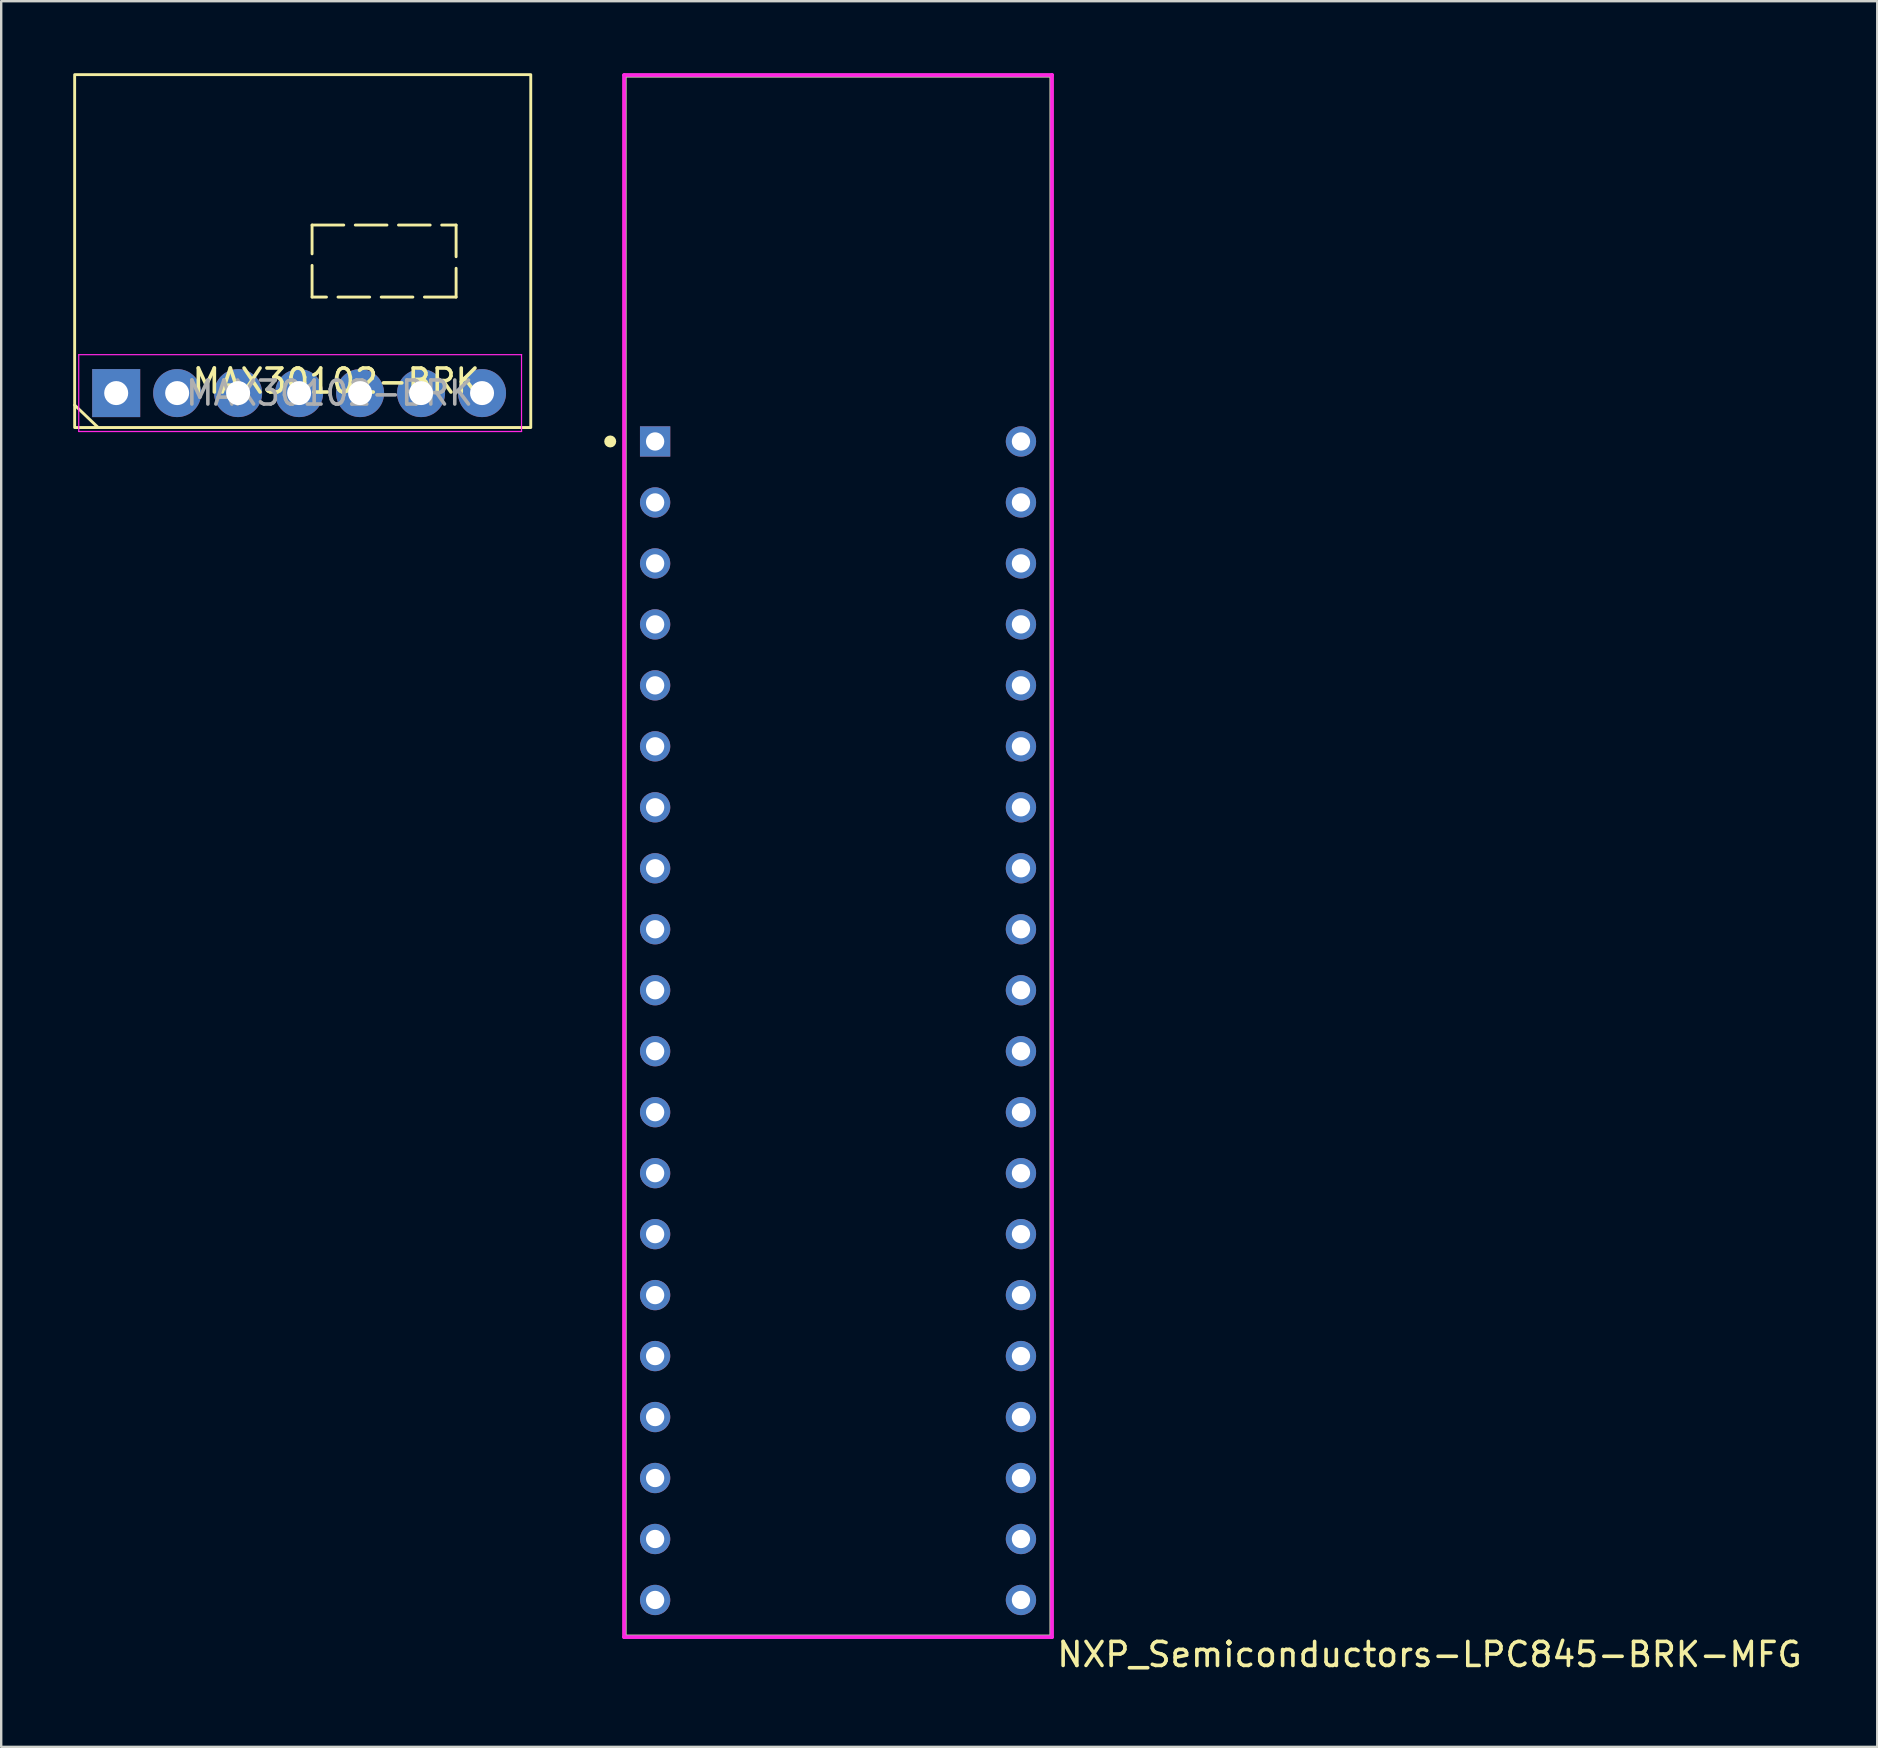
<source format=kicad_pcb>
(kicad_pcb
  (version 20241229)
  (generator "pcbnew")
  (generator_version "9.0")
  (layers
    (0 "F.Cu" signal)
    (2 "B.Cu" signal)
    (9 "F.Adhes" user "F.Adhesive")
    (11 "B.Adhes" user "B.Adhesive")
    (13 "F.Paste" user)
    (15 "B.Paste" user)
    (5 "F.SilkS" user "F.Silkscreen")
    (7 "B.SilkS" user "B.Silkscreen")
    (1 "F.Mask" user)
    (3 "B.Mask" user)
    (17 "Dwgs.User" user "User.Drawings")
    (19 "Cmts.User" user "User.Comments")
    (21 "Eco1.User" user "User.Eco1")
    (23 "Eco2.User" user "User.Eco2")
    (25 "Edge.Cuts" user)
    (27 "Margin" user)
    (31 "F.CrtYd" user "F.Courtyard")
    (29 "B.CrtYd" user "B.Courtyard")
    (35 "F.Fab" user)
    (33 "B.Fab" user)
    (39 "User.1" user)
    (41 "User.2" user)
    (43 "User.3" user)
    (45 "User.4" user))
  (footprint "MAX30102-BRK"
    (layer "F.Cu")
    (at 9.56 13.76)
    (property "Reference" "MAX30102-BRK" (at 1.39 -0.935 0) (layer "F.SilkS") (effects (font (size 1 1) (thickness 0.15))))
    (attr through_hole)
    (fp_line (start -8.519 1.002) (end -9.5 0.065) (stroke (width 0.12) (type default)) (layer "F.SilkS"))
    (fp_rect (start -9.5 -13.7) (end 9.5 1) (stroke (width 0.12) (type default)) (fill no) (layer "F.SilkS"))
    (fp_rect (start 0.39 -7.435) (end 6.39 -4.435) (stroke (width 0.12) (type dash)) (fill no) (layer "F.SilkS"))
    (fp_line (start -9.33 -2.035) (end 9.12 -2.035) (stroke (width 0.05) (type default)) (layer "F.CrtYd"))
    (fp_line (start -9.33 1.165) (end -9.33 -2.035) (stroke (width 0.05) (type default)) (layer "F.CrtYd"))
    (fp_line (start 9.115 -2.04) (end 9.115 1.16) (stroke (width 0.05) (type default)) (layer "F.CrtYd"))
    (fp_line (start 9.12 1.165) (end -9.33 1.165) (stroke (width 0.05) (type default)) (layer "F.CrtYd"))
    (fp_text user "${REFERENCE}" (at 1.12 -0.435 0) (layer "F.Fab") (effects (font (size 1 1) (thickness 0.15))))
    (pad "1" thru_hole rect (at -7.77 -0.435) (size 2 2) (drill 1) (layers "*.Cu" "*.Mask"))
    (pad "2" thru_hole oval (at -5.23 -0.435) (size 2 2) (drill 1) (layers "*.Cu" "*.Mask"))
    (pad "3" thru_hole oval (at -2.69 -0.435) (size 2 2) (drill 1) (layers "*.Cu" "*.Mask"))
    (pad "4" thru_hole oval (at -0.15 -0.435) (size 2 2) (drill 1) (layers "*.Cu" "*.Mask"))
    (pad "5" thru_hole oval (at 2.39 -0.435) (size 2 2) (drill 1) (layers "*.Cu" "*.Mask"))
    (pad "6" thru_hole oval (at 4.93 -0.435) (size 2 2) (drill 1) (layers "*.Cu" "*.Mask"))
    (pad "7" thru_hole oval (at 7.47 -0.435) (size 2 2) (drill 1) (layers "*.Cu" "*.Mask")))
  (footprint "NXP_Semiconductors-LPC845-BRK-MFG"
    (layer "F.Cu")
    (at 31.86 32.485)
    (property "Reference" "NXP_Semiconductors-LPC845-BRK-MFG" (at 9.04 33.387 180) (layer "F.SilkS") (effects (font (size 1 1) (thickness 0.15)) (justify left)))
    (attr through_hole)
    (fp_line (start -8.89 -32.385) (end 8.89 -32.385) (stroke (width 0.15) (type solid)) (layer "F.SilkS"))
    (fp_line (start -8.89 32.639) (end -8.89 -32.385) (stroke (width 0.15) (type solid)) (layer "F.SilkS"))
    (fp_line (start -8.89 32.639) (end 8.89 32.639) (stroke (width 0.15) (type solid)) (layer "F.SilkS"))
    (fp_line (start 8.89 32.639) (end 8.89 -32.385) (stroke (width 0.15) (type solid)) (layer "F.SilkS"))
    (fp_circle (center -9.49 -17.145) (end -9.365 -17.145) (stroke (width 0.25) (type solid)) (fill no) (layer "F.SilkS"))
    (fp_line (start -8.915 -32.41) (end -8.915 32.664) (stroke (width 0.15) (type solid)) (layer "F.CrtYd"))
    (fp_line (start -8.915 32.664) (end 8.915 32.664) (stroke (width 0.15) (type solid)) (layer "F.CrtYd"))
    (fp_line (start 8.915 -32.41) (end -8.915 -32.41) (stroke (width 0.15) (type solid)) (layer "F.CrtYd"))
    (fp_line (start 8.915 -32.41) (end 8.915 -32.41) (stroke (width 0.15) (type solid)) (layer "F.CrtYd"))
    (fp_line (start 8.915 32.664) (end 8.915 -32.41) (stroke (width 0.15) (type solid)) (layer "F.CrtYd"))
    (fp_line (start -8.89 -32.385) (end 8.89 -32.385) (stroke (width 0.15) (type solid)) (layer "F.Fab"))
    (fp_line (start -8.89 32.639) (end -8.89 -32.385) (stroke (width 0.15) (type solid)) (layer "F.Fab"))
    (fp_line (start 8.89 -32.385) (end 8.89 32.639) (stroke (width 0.15) (type solid)) (layer "F.Fab"))
    (fp_line (start 8.89 32.639) (end -8.89 32.639) (stroke (width 0.15) (type solid)) (layer "F.Fab"))
    (pad "1" thru_hole rect (at -7.62 -17.145) (size 1.262 1.262) (drill 0.762) (layers "*.Cu"))
    (pad "2" thru_hole circle (at -7.62 -14.605) (size 1.262 1.262) (drill 0.762) (layers "*.Cu"))
    (pad "3" thru_hole circle (at -7.62 -12.065) (size 1.262 1.262) (drill 0.762) (layers "*.Cu"))
    (pad "4" thru_hole circle (at -7.62 -9.525) (size 1.262 1.262) (drill 0.762) (layers "*.Cu"))
    (pad "5" thru_hole circle (at -7.62 -6.985) (size 1.262 1.262) (drill 0.762) (layers "*.Cu"))
    (pad "6" thru_hole circle (at -7.62 -4.445) (size 1.262 1.262) (drill 0.762) (layers "*.Cu"))
    (pad "7" thru_hole circle (at -7.62 -1.905) (size 1.262 1.262) (drill 0.762) (layers "*.Cu"))
    (pad "8" thru_hole circle (at -7.62 0.635) (size 1.262 1.262) (drill 0.762) (layers "*.Cu"))
    (pad "9" thru_hole circle (at -7.62 3.175) (size 1.262 1.262) (drill 0.762) (layers "*.Cu"))
    (pad "10" thru_hole circle (at -7.62 5.715) (size 1.262 1.262) (drill 0.762) (layers "*.Cu"))
    (pad "11" thru_hole circle (at -7.62 8.255) (size 1.262 1.262) (drill 0.762) (layers "*.Cu"))
    (pad "12" thru_hole circle (at -7.62 10.795) (size 1.262 1.262) (drill 0.762) (layers "*.Cu"))
    (pad "13" thru_hole circle (at -7.62 13.335) (size 1.262 1.262) (drill 0.762) (layers "*.Cu"))
    (pad "14" thru_hole circle (at -7.62 15.875) (size 1.262 1.262) (drill 0.762) (layers "*.Cu"))
    (pad "15" thru_hole circle (at -7.62 18.415) (size 1.262 1.262) (drill 0.762) (layers "*.Cu"))
    (pad "16" thru_hole circle (at -7.62 20.955) (size 1.262 1.262) (drill 0.762) (layers "*.Cu"))
    (pad "17" thru_hole circle (at -7.62 23.495) (size 1.262 1.262) (drill 0.762) (layers "*.Cu"))
    (pad "18" thru_hole circle (at -7.62 26.035) (size 1.262 1.262) (drill 0.762) (layers "*.Cu"))
    (pad "19" thru_hole circle (at -7.62 28.575) (size 1.262 1.262) (drill 0.762) (layers "*.Cu"))
    (pad "20" thru_hole circle (at -7.62 31.115) (size 1.262 1.262) (drill 0.762) (layers "*.Cu"))
    (pad "21" thru_hole circle (at 7.62 31.115) (size 1.262 1.262) (drill 0.762) (layers "*.Cu"))
    (pad "22" thru_hole circle (at 7.62 28.575) (size 1.262 1.262) (drill 0.762) (layers "*.Cu"))
    (pad "23" thru_hole circle (at 7.62 26.035) (size 1.262 1.262) (drill 0.762) (layers "*.Cu"))
    (pad "24" thru_hole circle (at 7.62 23.495) (size 1.262 1.262) (drill 0.762) (layers "*.Cu"))
    (pad "25" thru_hole circle (at 7.62 20.955) (size 1.262 1.262) (drill 0.762) (layers "*.Cu"))
    (pad "26" thru_hole circle (at 7.62 18.415) (size 1.262 1.262) (drill 0.762) (layers "*.Cu"))
    (pad "27" thru_hole circle (at 7.62 15.875) (size 1.262 1.262) (drill 0.762) (layers "*.Cu"))
    (pad "28" thru_hole circle (at 7.62 13.335) (size 1.262 1.262) (drill 0.762) (layers "*.Cu"))
    (pad "29" thru_hole circle (at 7.62 10.795) (size 1.262 1.262) (drill 0.762) (layers "*.Cu"))
    (pad "30" thru_hole circle (at 7.62 8.255) (size 1.262 1.262) (drill 0.762) (layers "*.Cu"))
    (pad "31" thru_hole circle (at 7.62 5.715) (size 1.262 1.262) (drill 0.762) (layers "*.Cu"))
    (pad "32" thru_hole circle (at 7.62 3.175) (size 1.262 1.262) (drill 0.762) (layers "*.Cu"))
    (pad "33" thru_hole circle (at 7.62 0.635) (size 1.262 1.262) (drill 0.762) (layers "*.Cu"))
    (pad "34" thru_hole circle (at 7.62 -1.905) (size 1.262 1.262) (drill 0.762) (layers "*.Cu"))
    (pad "35" thru_hole circle (at 7.62 -4.445) (size 1.262 1.262) (drill 0.762) (layers "*.Cu"))
    (pad "36" thru_hole circle (at 7.62 -6.985) (size 1.262 1.262) (drill 0.762) (layers "*.Cu"))
    (pad "37" thru_hole circle (at 7.62 -9.525) (size 1.262 1.262) (drill 0.762) (layers "*.Cu"))
    (pad "38" thru_hole circle (at 7.62 -12.065) (size 1.262 1.262) (drill 0.762) (layers "*.Cu"))
    (pad "39" thru_hole circle (at 7.62 -14.605) (size 1.262 1.262) (drill 0.762) (layers "*.Cu"))
    (pad "40" thru_hole circle (at 7.62 -17.145) (size 1.262 1.262) (drill 0.762) (layers "*.Cu")))
  (gr_rect
    (start -3 -3)
    (end 75.15 69.72)
    (stroke (width 0.1) (type default))
    (fill no)
    (layer "Edge.Cuts")))
</source>
